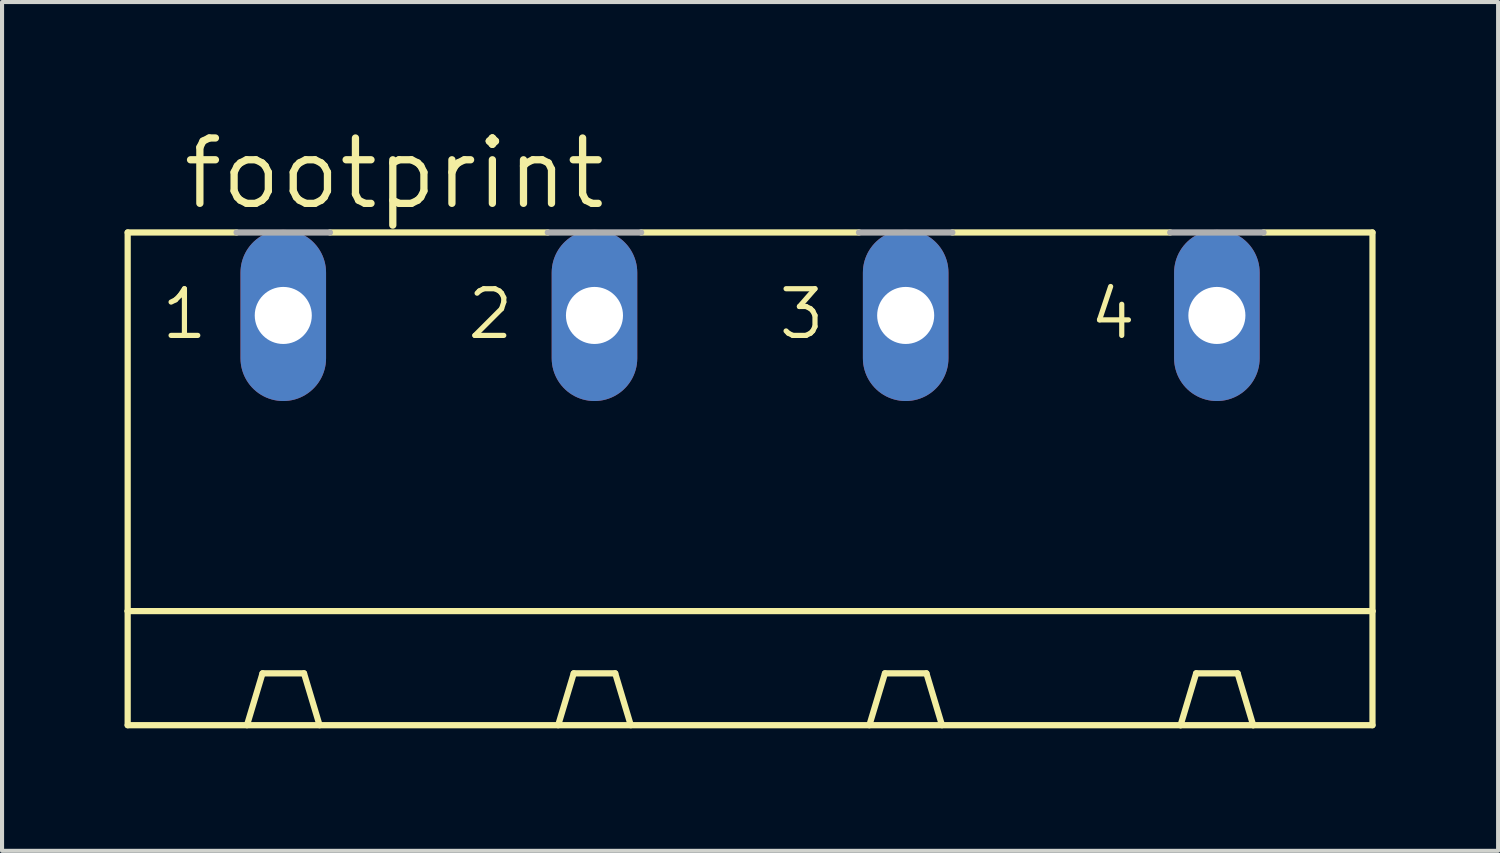
<source format=kicad_pcb>
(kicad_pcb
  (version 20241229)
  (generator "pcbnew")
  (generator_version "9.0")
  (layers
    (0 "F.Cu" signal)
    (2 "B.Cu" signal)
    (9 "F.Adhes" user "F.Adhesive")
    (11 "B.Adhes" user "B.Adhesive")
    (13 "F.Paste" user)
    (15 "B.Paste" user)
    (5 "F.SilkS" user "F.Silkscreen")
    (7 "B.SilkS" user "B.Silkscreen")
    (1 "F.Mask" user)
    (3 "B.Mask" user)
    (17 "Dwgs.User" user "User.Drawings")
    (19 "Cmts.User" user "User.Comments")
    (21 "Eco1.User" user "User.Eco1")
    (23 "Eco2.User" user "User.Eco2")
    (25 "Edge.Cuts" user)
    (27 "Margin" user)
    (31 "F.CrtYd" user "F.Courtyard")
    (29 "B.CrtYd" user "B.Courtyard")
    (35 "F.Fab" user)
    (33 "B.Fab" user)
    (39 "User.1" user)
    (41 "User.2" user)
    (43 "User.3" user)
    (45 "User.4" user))
  (footprint "footprint"
    (layer "F.Cu")
    (at 15.316 9.754)
    (property "Reference" "footprint" (at -13.97 -7.62 0) (layer "F.SilkS") (effects (font (size 1.6 1.6) (thickness 0.178)) (justify left bottom)))
    (fp_line (start -15.24 -7.112) (end -15.24 2.159) (stroke (width 0.152) (type solid)) (layer "F.SilkS"))
    (fp_line (start -15.24 -7.112) (end -12.573 -7.112) (stroke (width 0.152) (type solid)) (layer "F.SilkS"))
    (fp_line (start -15.24 2.159) (end -15.24 4.953) (stroke (width 0.152) (type solid)) (layer "F.SilkS"))
    (fp_line (start -15.24 2.159) (end 15.24 2.159) (stroke (width 0.152) (type solid)) (layer "F.SilkS"))
    (fp_line (start -12.319 4.953) (end -11.938 3.683) (stroke (width 0.152) (type solid)) (layer "F.SilkS"))
    (fp_line (start -10.922 3.683) (end -11.938 3.683) (stroke (width 0.152) (type solid)) (layer "F.SilkS"))
    (fp_line (start -10.541 4.953) (end -10.922 3.683) (stroke (width 0.152) (type solid)) (layer "F.SilkS"))
    (fp_line (start -10.287 -7.112) (end -4.953 -7.112) (stroke (width 0.152) (type solid)) (layer "F.SilkS"))
    (fp_line (start -4.699 4.953) (end -4.318 3.683) (stroke (width 0.152) (type solid)) (layer "F.SilkS"))
    (fp_line (start -4.318 3.683) (end -3.302 3.683) (stroke (width 0.152) (type solid)) (layer "F.SilkS"))
    (fp_line (start -2.921 4.953) (end -3.302 3.683) (stroke (width 0.152) (type solid)) (layer "F.SilkS"))
    (fp_line (start -2.667 -7.112) (end 2.667 -7.112) (stroke (width 0.152) (type solid)) (layer "F.SilkS"))
    (fp_line (start 2.921 4.953) (end 3.302 3.683) (stroke (width 0.152) (type solid)) (layer "F.SilkS"))
    (fp_line (start 3.302 3.683) (end 4.318 3.683) (stroke (width 0.152) (type solid)) (layer "F.SilkS"))
    (fp_line (start 4.699 4.953) (end 4.318 3.683) (stroke (width 0.152) (type solid)) (layer "F.SilkS"))
    (fp_line (start 4.953 -7.112) (end 10.287 -7.112) (stroke (width 0.152) (type solid)) (layer "F.SilkS"))
    (fp_line (start 10.541 4.953) (end -15.24 4.953) (stroke (width 0.152) (type solid)) (layer "F.SilkS"))
    (fp_line (start 10.541 4.953) (end 10.922 3.683) (stroke (width 0.152) (type solid)) (layer "F.SilkS"))
    (fp_line (start 10.922 3.683) (end 11.938 3.683) (stroke (width 0.152) (type solid)) (layer "F.SilkS"))
    (fp_line (start 12.319 4.953) (end 10.541 4.953) (stroke (width 0.152) (type solid)) (layer "F.SilkS"))
    (fp_line (start 12.319 4.953) (end 11.938 3.683) (stroke (width 0.152) (type solid)) (layer "F.SilkS"))
    (fp_line (start 12.573 -7.112) (end 15.24 -7.112) (stroke (width 0.152) (type solid)) (layer "F.SilkS"))
    (fp_line (start 15.24 -7.112) (end 15.24 2.159) (stroke (width 0.152) (type solid)) (layer "F.SilkS"))
    (fp_line (start 15.24 2.159) (end 15.24 4.953) (stroke (width 0.152) (type solid)) (layer "F.SilkS"))
    (fp_line (start 15.24 4.953) (end 12.319 4.953) (stroke (width 0.152) (type solid)) (layer "F.SilkS"))
    (fp_line (start -12.573 -7.112) (end -10.287 -7.112) (stroke (width 0.152) (type solid)) (layer "F.Fab"))
    (fp_line (start -4.953 -7.112) (end -2.667 -7.112) (stroke (width 0.152) (type solid)) (layer "F.Fab"))
    (fp_line (start 2.667 -7.112) (end 4.953 -7.112) (stroke (width 0.152) (type solid)) (layer "F.Fab"))
    (fp_line (start 10.287 -7.112) (end 12.573 -7.112) (stroke (width 0.152) (type solid)) (layer "F.Fab"))
    (fp_text user "4" (at 8.255 -4.445 0) (layer "F.SilkS") (effects (font (size 1.143 1.143) (thickness 0.127)) (justify left bottom)))
    (fp_text user "1" (at -14.478 -4.445 0) (layer "F.SilkS") (effects (font (size 1.143 1.143) (thickness 0.127)) (justify left bottom)))
    (fp_text user "2" (at -6.985 -4.445 0) (layer "F.SilkS") (effects (font (size 1.143 1.143) (thickness 0.127)) (justify left bottom)))
    (fp_text user "3" (at 0.635 -4.445 0) (layer "F.SilkS") (effects (font (size 1.143 1.143) (thickness 0.127)) (justify left bottom)))
    (pad "1" thru_hole oval (at -11.43 -5.08 90) (size 4.191 2.095) (drill 1.397) (layers "*.Cu" "*.Mask"))
    (pad "2" thru_hole oval (at -3.81 -5.08 90) (size 4.191 2.095) (drill 1.397) (layers "*.Cu" "*.Mask"))
    (pad "3" thru_hole oval (at 3.81 -5.08 90) (size 4.191 2.095) (drill 1.397) (layers "*.Cu" "*.Mask"))
    (pad "4" thru_hole oval (at 11.43 -5.08 90) (size 4.191 2.095) (drill 1.397) (layers "*.Cu" "*.Mask")))
  (gr_rect
    (start -3 -3)
    (end 33.632 17.783)
    (stroke (width 0.1) (type default))
    (fill no)
    (layer "Edge.Cuts")))
</source>
